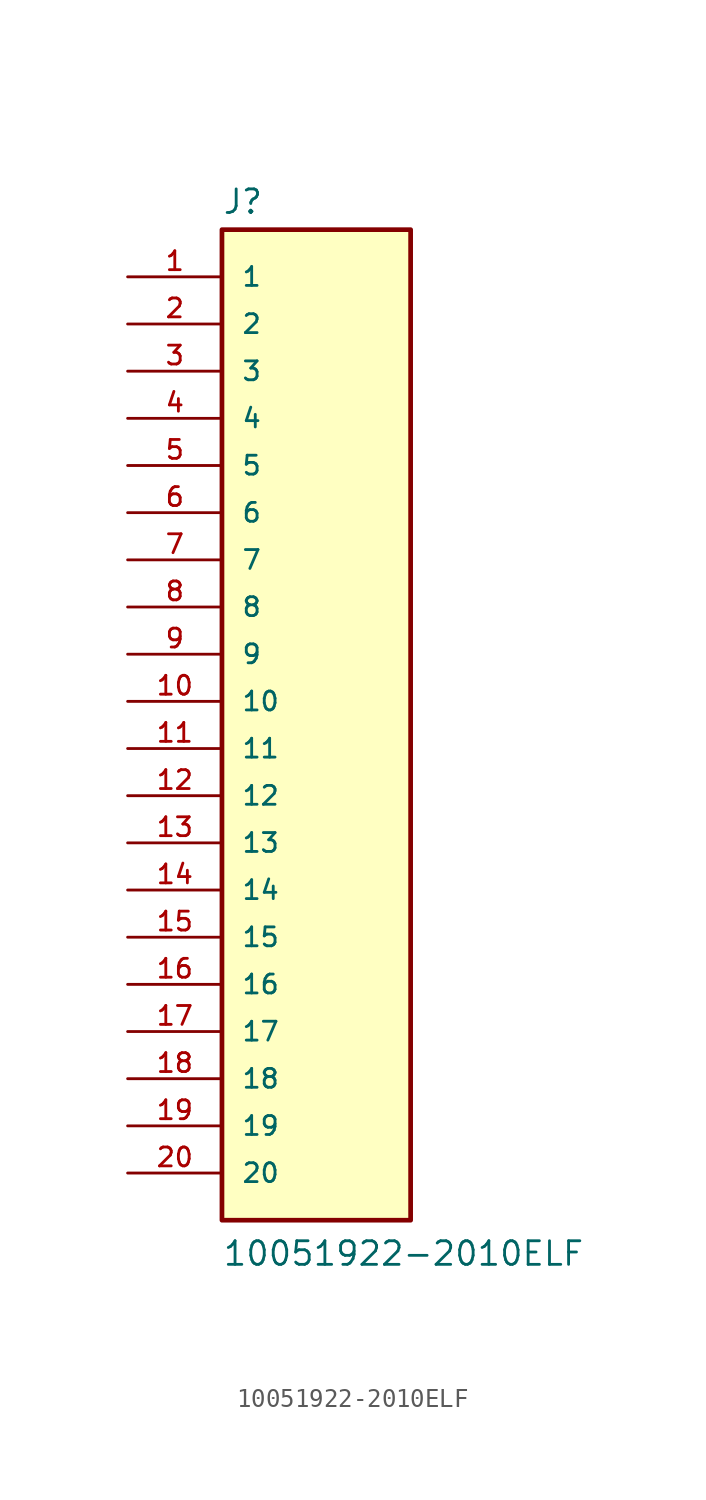
<source format=kicad_sym>
(kicad_symbol_lib
  (version 20211014)
  (generator kicad_symbol_editor)
  (symbol "10051922-2010ELF"
    (pin_names
      (offset 1.016))
    (property "Reference" "J"
      (at -5.08 26.162 0)
      (effects (font (size 1.27 1.27)) (justify bottom left)))
    (property "Value" "10051922-2010ELF"
      (at -5.08 -30.48 0)
      (effects (font (size 1.27 1.27)) (justify bottom left)))
    (symbol "10051922-2010ELF_0_0"
      (rectangle (start -5.08 -27.94) (end 5.08 25.4) (stroke (width 0.254)) (fill (type background)))
      (pin passive line (at -10.16 22.86 0) (length 5.08) (name "1" (effects (font (size 1.016 1.016)))) (number "1" (effects (font (size 1.016 1.016)))))
      (pin passive line (at -10.16 20.32 0) (length 5.08) (name "2" (effects (font (size 1.016 1.016)))) (number "2" (effects (font (size 1.016 1.016)))))
      (pin passive line (at -10.16 17.78 0) (length 5.08) (name "3" (effects (font (size 1.016 1.016)))) (number "3" (effects (font (size 1.016 1.016)))))
      (pin passive line (at -10.16 15.24 0) (length 5.08) (name "4" (effects (font (size 1.016 1.016)))) (number "4" (effects (font (size 1.016 1.016)))))
      (pin passive line (at -10.16 12.7 0) (length 5.08) (name "5" (effects (font (size 1.016 1.016)))) (number "5" (effects (font (size 1.016 1.016)))))
      (pin passive line (at -10.16 10.16 0) (length 5.08) (name "6" (effects (font (size 1.016 1.016)))) (number "6" (effects (font (size 1.016 1.016)))))
      (pin passive line (at -10.16 7.62 0) (length 5.08) (name "7" (effects (font (size 1.016 1.016)))) (number "7" (effects (font (size 1.016 1.016)))))
      (pin passive line (at -10.16 5.08 0) (length 5.08) (name "8" (effects (font (size 1.016 1.016)))) (number "8" (effects (font (size 1.016 1.016)))))
      (pin passive line (at -10.16 2.54 0) (length 5.08) (name "9" (effects (font (size 1.016 1.016)))) (number "9" (effects (font (size 1.016 1.016)))))
      (pin passive line (at -10.16 0.0 0) (length 5.08) (name "10" (effects (font (size 1.016 1.016)))) (number "10" (effects (font (size 1.016 1.016)))))
      (pin passive line (at -10.16 -2.54 0) (length 5.08) (name "11" (effects (font (size 1.016 1.016)))) (number "11" (effects (font (size 1.016 1.016)))))
      (pin passive line (at -10.16 -5.08 0) (length 5.08) (name "12" (effects (font (size 1.016 1.016)))) (number "12" (effects (font (size 1.016 1.016)))))
      (pin passive line (at -10.16 -7.62 0) (length 5.08) (name "13" (effects (font (size 1.016 1.016)))) (number "13" (effects (font (size 1.016 1.016)))))
      (pin passive line (at -10.16 -10.16 0) (length 5.08) (name "14" (effects (font (size 1.016 1.016)))) (number "14" (effects (font (size 1.016 1.016)))))
      (pin passive line (at -10.16 -12.7 0) (length 5.08) (name "15" (effects (font (size 1.016 1.016)))) (number "15" (effects (font (size 1.016 1.016)))))
      (pin passive line (at -10.16 -15.24 0) (length 5.08) (name "16" (effects (font (size 1.016 1.016)))) (number "16" (effects (font (size 1.016 1.016)))))
      (pin passive line (at -10.16 -17.78 0) (length 5.08) (name "17" (effects (font (size 1.016 1.016)))) (number "17" (effects (font (size 1.016 1.016)))))
      (pin passive line (at -10.16 -20.32 0) (length 5.08) (name "18" (effects (font (size 1.016 1.016)))) (number "18" (effects (font (size 1.016 1.016)))))
      (pin passive line (at -10.16 -22.86 0) (length 5.08) (name "19" (effects (font (size 1.016 1.016)))) (number "19" (effects (font (size 1.016 1.016)))))
      (pin passive line (at -10.16 -25.4 0) (length 5.08) (name "20" (effects (font (size 1.016 1.016)))) (number "20" (effects (font (size 1.016 1.016))))))))
</source>
